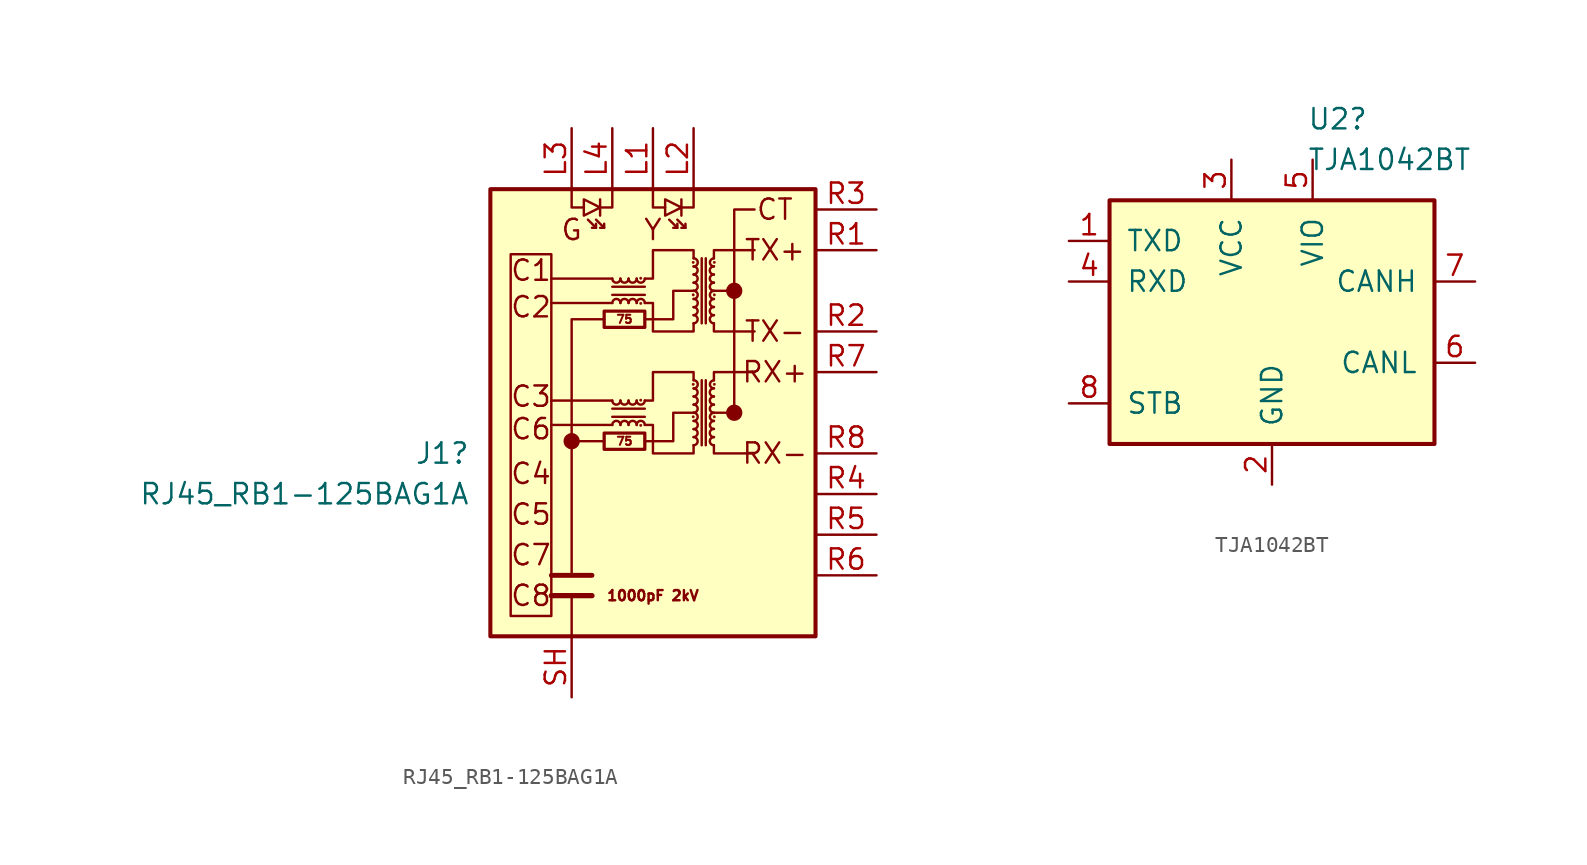
<source format=kicad_sym>
(kicad_symbol_lib
  (version 20231120)
  (generator "kicad_symbol_editor")
  (generator_version "8.0")
  (symbol "RJ45_RB1-125BAG1A"
    (pin_names hide)
    (property "Reference" "J1"
      (at -8.89 2.54 0)
      (effects (font (size 1.27 1.27)) (justify right)))
    (property "Value" "RJ45_RB1-125BAG1A"
      (at -8.89 0.0001 0)
      (effects (font (size 1.27 1.27)) (justify right)))
    (symbol "RJ45_RB1-125BAG1A_0_0"
      (circle (center -2.54 3.302) (radius 0.0001) (stroke (width 0.508) (type default)) (fill (type none)))
      (polyline (pts (xy 0 4.318) (xy -3.81 4.318)) (stroke (width 0) (type default)) (fill (type none)))
      (polyline (pts (xy 0 5.842) (xy -3.81 5.842)) (stroke (width 0) (type default)) (fill (type none)))
      (polyline (pts (xy 0 11.938) (xy -3.81 11.938)) (stroke (width 0) (type default)) (fill (type none)))
      (polyline (pts (xy 0 13.462) (xy -3.81 13.462)) (stroke (width 0) (type default)) (fill (type none)))
      (polyline (pts (xy 6.35 5.08) (xy 7.62 5.08)) (stroke (width 0) (type default)) (fill (type none)))
      (polyline (pts (xy 7.62 12.7) (xy 6.35 12.7)) (stroke (width 0) (type default)) (fill (type none)))
      (polyline (pts (xy 2.032 3.302) (xy 3.81 3.302) (xy 3.81 5.08) (xy 5.08 5.08)) (stroke (width 0) (type default)) (fill (type none)))
      (polyline (pts (xy 2.032 10.922) (xy 3.81 10.922) (xy 3.81 12.7) (xy 5.08 12.7)) (stroke (width 0) (type default)) (fill (type none)))
      (circle (center 7.62 5.08) (radius 0.0001) (stroke (width 0.508) (type default)) (fill (type none)))
      (circle (center 7.62 12.7) (radius 0.0001) (stroke (width 0.508) (type default)) (fill (type none)))
      (text "1000pF 2kV" (at 2.54 -6.35 0) (effects (font (size 0.635 0.635))))
      (text "C1" (at -5.08 13.97 0) (effects (font (size 1.27 1.27))))
      (text "C2" (at -5.08 11.684 0) (effects (font (size 1.27 1.27))))
      (text "C3" (at -5.08 6.096 0) (effects (font (size 1.27 1.27))))
      (text "C4" (at -5.08 1.27 0) (effects (font (size 1.27 1.27))))
      (text "C5" (at -5.08 -1.27 0) (effects (font (size 1.27 1.27))))
      (text "C6" (at -5.08 4.064 0) (effects (font (size 1.27 1.27))))
      (text "C7" (at -5.08 -3.81 0) (effects (font (size 1.27 1.27))))
      (text "C8" (at -5.08 -6.35 0) (effects (font (size 1.27 1.27))))
      (text "G" (at -2.54 16.51 0) (effects (font (size 1.27 1.27))))
      (text "Y" (at 2.54 16.51 0) (effects (font (size 1.27 1.27)))))
    (symbol "RJ45_RB1-125BAG1A_0_1"
      (rectangle (start -7.62 19.05) (end 12.7 -8.89) (stroke (width 0.254) (type default)) (fill (type background)))
      (rectangle (start -6.35 14.986) (end -3.81 -7.62) (stroke (width 0) (type default)) (fill (type none)))
      (rectangle (start -0.508 2.794) (end 2.032 3.81) (stroke (width 0.203) (type default)) (fill (type none)))
      (rectangle (start -0.508 10.414) (end 2.032 11.43) (stroke (width 0.203) (type default)) (fill (type none)))
      (polyline (pts (xy -3.81 -6.35) (xy -1.27 -6.35)) (stroke (width 0.33) (type default)) (fill (type none)))
      (polyline (pts (xy -3.81 -5.08) (xy -1.27 -5.08)) (stroke (width 0.305) (type default)) (fill (type none)))
      (polyline (pts (xy -2.54 -8.89) (xy -2.54 -6.35)) (stroke (width 0) (type default)) (fill (type none)))
      (polyline (pts (xy -2.54 3.302) (xy -0.508 3.302)) (stroke (width 0) (type default)) (fill (type none)))
      (polyline (pts (xy -1.016 16.637) (xy -1.524 17.145)) (stroke (width 0) (type default)) (fill (type none)))
      (polyline (pts (xy -0.762 18.415) (xy -0.762 17.399)) (stroke (width 0) (type default)) (fill (type none)))
      (polyline (pts (xy -0.508 16.637) (xy -1.016 17.145)) (stroke (width 0) (type default)) (fill (type none)))
      (polyline (pts (xy 0 4.826) (xy 2.032 4.826)) (stroke (width 0) (type default)) (fill (type none)))
      (polyline (pts (xy 0 12.446) (xy 2.032 12.446)) (stroke (width 0) (type default)) (fill (type none)))
      (polyline (pts (xy 2.032 5.334) (xy 0 5.334)) (stroke (width 0) (type default)) (fill (type none)))
      (polyline (pts (xy 2.032 12.954) (xy 0 12.954)) (stroke (width 0) (type default)) (fill (type none)))
      (polyline (pts (xy 4.064 16.637) (xy 3.556 17.145)) (stroke (width 0) (type default)) (fill (type none)))
      (polyline (pts (xy 4.318 18.415) (xy 4.318 17.399)) (stroke (width 0) (type default)) (fill (type none)))
      (polyline (pts (xy 4.572 16.637) (xy 4.064 17.145)) (stroke (width 0) (type default)) (fill (type none)))
      (polyline (pts (xy 5.588 7.112) (xy 5.588 3.048)) (stroke (width 0) (type default)) (fill (type none)))
      (polyline (pts (xy 5.588 14.732) (xy 5.588 10.668)) (stroke (width 0) (type default)) (fill (type none)))
      (polyline (pts (xy 5.842 3.048) (xy 5.842 7.112)) (stroke (width 0) (type default)) (fill (type none)))
      (polyline (pts (xy 5.842 10.668) (xy 5.842 14.732)) (stroke (width 0) (type default)) (fill (type none)))
      (polyline (pts (xy -2.54 -5.08) (xy -2.54 10.922) (xy -0.508 10.922)) (stroke (width 0) (type default)) (fill (type none)))
      (polyline (pts (xy -2.54 19.05) (xy -2.54 17.907) (xy -1.778 17.907)) (stroke (width 0) (type default)) (fill (type none)))
      (polyline (pts (xy -1.016 16.891) (xy -1.016 16.637) (xy -1.27 16.637)) (stroke (width 0) (type default)) (fill (type none)))
      (polyline (pts (xy -0.508 16.891) (xy -0.508 16.637) (xy -0.762 16.637)) (stroke (width 0) (type default)) (fill (type none)))
      (polyline (pts (xy 0 19.05) (xy 0 17.907) (xy -0.762 17.907)) (stroke (width 0) (type default)) (fill (type none)))
      (polyline (pts (xy 2.54 19.05) (xy 2.54 17.907) (xy 3.302 17.907)) (stroke (width 0) (type default)) (fill (type none)))
      (polyline (pts (xy 4.064 16.891) (xy 4.064 16.637) (xy 3.81 16.637)) (stroke (width 0) (type default)) (fill (type none)))
      (polyline (pts (xy 4.572 16.891) (xy 4.572 16.637) (xy 4.318 16.637)) (stroke (width 0) (type default)) (fill (type none)))
      (polyline (pts (xy 5.08 19.05) (xy 5.08 17.907) (xy 4.318 17.907)) (stroke (width 0) (type default)) (fill (type none)))
      (polyline (pts (xy 6.35 3.048) (xy 6.35 2.54) (xy 8.89 2.54)) (stroke (width 0) (type default)) (fill (type none)))
      (polyline (pts (xy 6.35 7.112) (xy 6.35 7.62) (xy 8.89 7.62)) (stroke (width 0) (type default)) (fill (type none)))
      (polyline (pts (xy 6.35 10.668) (xy 6.35 10.16) (xy 8.89 10.16)) (stroke (width 0) (type default)) (fill (type none)))
      (polyline (pts (xy 6.35 14.732) (xy 6.35 15.24) (xy 8.89 15.24)) (stroke (width 0) (type default)) (fill (type none)))
      (polyline (pts (xy -0.762 17.907) (xy -1.778 18.415) (xy -1.778 17.399) (xy -0.762 17.907)) (stroke (width 0) (type default)) (fill (type none)))
      (polyline (pts (xy 4.318 17.907) (xy 3.302 18.415) (xy 3.302 17.399) (xy 4.318 17.907)) (stroke (width 0) (type default)) (fill (type none)))
      (polyline (pts (xy 8.89 17.78) (xy 7.62 17.78) (xy 7.62 5.08) (xy 7.62 5.08)) (stroke (width 0) (type default)) (fill (type none)))
      (polyline (pts (xy 2.032 5.842) (xy 2.54 5.842) (xy 2.54 7.62) (xy 5.08 7.62) (xy 5.08 7.112)) (stroke (width 0) (type default)) (fill (type none)))
      (polyline (pts (xy 2.032 13.462) (xy 2.54 13.462) (xy 2.54 15.24) (xy 5.08 15.24) (xy 5.08 14.732)) (stroke (width 0) (type default)) (fill (type none)))
      (polyline (pts (xy 5.08 3.048) (xy 5.08 2.54) (xy 2.54 2.54) (xy 2.54 4.318) (xy 2.032 4.318)) (stroke (width 0) (type default)) (fill (type none)))
      (polyline (pts (xy 5.08 10.668) (xy 5.08 10.16) (xy 2.54 10.16) (xy 2.54 11.938) (xy 2.032 11.938)) (stroke (width 0) (type default)) (fill (type none)))
      (arc (start 0 5.842) (mid 0.254 5.5891) (end 0.508 5.842) (stroke (width 0) (type default)) (fill (type none)))
      (arc (start 0 13.462) (mid 0.254 13.2091) (end 0.508 13.462) (stroke (width 0) (type default)) (fill (type none)))
      (arc (start 0.508 4.318) (mid 0.254 4.5709) (end 0 4.318) (stroke (width 0) (type default)) (fill (type none)))
      (arc (start 0.508 5.842) (mid 0.762 5.5891) (end 1.016 5.842) (stroke (width 0) (type default)) (fill (type none)))
      (arc (start 0.508 11.938) (mid 0.254 12.1909) (end 0 11.938) (stroke (width 0) (type default)) (fill (type none)))
      (arc (start 0.508 13.462) (mid 0.762 13.2091) (end 1.016 13.462) (stroke (width 0) (type default)) (fill (type none)))
      (arc (start 1.016 4.318) (mid 0.762 4.5709) (end 0.508 4.318) (stroke (width 0) (type default)) (fill (type none)))
      (arc (start 1.016 5.842) (mid 1.27 5.5891) (end 1.524 5.842) (stroke (width 0) (type default)) (fill (type none)))
      (arc (start 1.016 11.938) (mid 0.762 12.1909) (end 0.508 11.938) (stroke (width 0) (type default)) (fill (type none)))
      (arc (start 1.016 13.462) (mid 1.27 13.2091) (end 1.524 13.462) (stroke (width 0) (type default)) (fill (type none)))
      (arc (start 1.524 4.318) (mid 1.27 4.5709) (end 1.016 4.318) (stroke (width 0) (type default)) (fill (type none)))
      (arc (start 1.524 5.842) (mid 1.778 5.5891) (end 2.032 5.842) (stroke (width 0) (type default)) (fill (type none)))
      (arc (start 1.524 11.938) (mid 1.27 12.1909) (end 1.016 11.938) (stroke (width 0) (type default)) (fill (type none)))
      (arc (start 1.524 13.462) (mid 1.778 13.2091) (end 2.032 13.462) (stroke (width 0) (type default)) (fill (type none)))
      (circle (center 1.778 4.293) (radius 0.076) (stroke (width 0.025) (type default)) (fill (type outline)))
      (circle (center 1.778 5.867) (radius 0.076) (stroke (width 0.025) (type default)) (fill (type outline)))
      (circle (center 1.778 11.913) (radius 0.076) (stroke (width 0.025) (type default)) (fill (type outline)))
      (circle (center 1.778 13.487) (radius 0.076) (stroke (width 0.025) (type default)) (fill (type outline)))
      (arc (start 2.032 4.318) (mid 1.778 4.5709) (end 1.524 4.318) (stroke (width 0) (type default)) (fill (type none)))
      (arc (start 2.032 11.938) (mid 1.778 12.1909) (end 1.524 11.938) (stroke (width 0) (type default)) (fill (type none)))
      (circle (center 5.055 4.826) (radius 0.076) (stroke (width 0.025) (type default)) (fill (type outline)))
      (circle (center 5.055 6.858) (radius 0.076) (stroke (width 0.025) (type default)) (fill (type outline)))
      (circle (center 5.055 12.446) (radius 0.076) (stroke (width 0.025) (type default)) (fill (type outline)))
      (circle (center 5.055 14.478) (radius 0.076) (stroke (width 0.025) (type default)) (fill (type outline)))
      (arc (start 5.08 3.048) (mid 5.3329 3.302) (end 5.08 3.556) (stroke (width 0) (type default)) (fill (type none)))
      (arc (start 5.08 3.556) (mid 5.3328 3.81) (end 5.08 4.064) (stroke (width 0) (type default)) (fill (type none)))
      (arc (start 5.08 4.064) (mid 5.3329 4.318) (end 5.08 4.572) (stroke (width 0) (type default)) (fill (type none)))
      (arc (start 5.08 4.572) (mid 5.3329 4.826) (end 5.08 5.08) (stroke (width 0) (type default)) (fill (type none)))
      (arc (start 5.08 5.08) (mid 5.3329 5.334) (end 5.08 5.588) (stroke (width 0) (type default)) (fill (type none)))
      (arc (start 5.08 5.588) (mid 5.3329 5.842) (end 5.08 6.096) (stroke (width 0) (type default)) (fill (type none)))
      (arc (start 5.08 6.096) (mid 5.3328 6.35) (end 5.08 6.604) (stroke (width 0) (type default)) (fill (type none)))
      (arc (start 5.08 6.604) (mid 5.3329 6.858) (end 5.08 7.112) (stroke (width 0) (type default)) (fill (type none)))
      (arc (start 5.08 10.668) (mid 5.3329 10.922) (end 5.08 11.176) (stroke (width 0) (type default)) (fill (type none)))
      (arc (start 5.08 11.176) (mid 5.3328 11.43) (end 5.08 11.684) (stroke (width 0) (type default)) (fill (type none)))
      (arc (start 5.08 11.684) (mid 5.3329 11.938) (end 5.08 12.192) (stroke (width 0) (type default)) (fill (type none)))
      (arc (start 5.08 12.192) (mid 5.3329 12.446) (end 5.08 12.7) (stroke (width 0) (type default)) (fill (type none)))
      (arc (start 5.08 12.7) (mid 5.3329 12.954) (end 5.08 13.208) (stroke (width 0) (type default)) (fill (type none)))
      (arc (start 5.08 13.208) (mid 5.3329 13.462) (end 5.08 13.716) (stroke (width 0) (type default)) (fill (type none)))
      (arc (start 5.08 13.716) (mid 5.3328 13.97) (end 5.08 14.224) (stroke (width 0) (type default)) (fill (type none)))
      (arc (start 5.08 14.224) (mid 5.3329 14.478) (end 5.08 14.732) (stroke (width 0) (type default)) (fill (type none)))
      (arc (start 6.35 3.556) (mid 6.0971 3.302) (end 6.35 3.048) (stroke (width 0) (type default)) (fill (type none)))
      (arc (start 6.35 4.064) (mid 6.0971 3.81) (end 6.35 3.556) (stroke (width 0) (type default)) (fill (type none)))
      (arc (start 6.35 4.572) (mid 6.0971 4.318) (end 6.35 4.064) (stroke (width 0) (type default)) (fill (type none)))
      (arc (start 6.35 5.08) (mid 6.0971 4.826) (end 6.35 4.572) (stroke (width 0) (type default)) (fill (type none)))
      (arc (start 6.35 5.588) (mid 6.0971 5.334) (end 6.35 5.08) (stroke (width 0) (type default)) (fill (type none)))
      (arc (start 6.35 6.096) (mid 6.0971 5.842) (end 6.35 5.588) (stroke (width 0) (type default)) (fill (type none)))
      (arc (start 6.35 6.604) (mid 6.0971 6.35) (end 6.35 6.096) (stroke (width 0) (type default)) (fill (type none)))
      (arc (start 6.35 7.112) (mid 6.0971 6.858) (end 6.35 6.604) (stroke (width 0) (type default)) (fill (type none)))
      (arc (start 6.35 11.176) (mid 6.0971 10.922) (end 6.35 10.668) (stroke (width 0) (type default)) (fill (type none)))
      (arc (start 6.35 11.684) (mid 6.0971 11.43) (end 6.35 11.176) (stroke (width 0) (type default)) (fill (type none)))
      (arc (start 6.35 12.192) (mid 6.0971 11.938) (end 6.35 11.684) (stroke (width 0) (type default)) (fill (type none)))
      (arc (start 6.35 12.7) (mid 6.0971 12.446) (end 6.35 12.192) (stroke (width 0) (type default)) (fill (type none)))
      (arc (start 6.35 13.208) (mid 6.0971 12.954) (end 6.35 12.7) (stroke (width 0) (type default)) (fill (type none)))
      (arc (start 6.35 13.716) (mid 6.0971 13.462) (end 6.35 13.208) (stroke (width 0) (type default)) (fill (type none)))
      (arc (start 6.35 14.224) (mid 6.0971 13.97) (end 6.35 13.716) (stroke (width 0) (type default)) (fill (type none)))
      (arc (start 6.35 14.732) (mid 6.0971 14.478) (end 6.35 14.224) (stroke (width 0) (type default)) (fill (type none)))
      (circle (center 6.375 4.826) (radius 0.076) (stroke (width 0.025) (type default)) (fill (type outline)))
      (circle (center 6.375 6.858) (radius 0.076) (stroke (width 0.025) (type default)) (fill (type outline)))
      (circle (center 6.375 12.446) (radius 0.076) (stroke (width 0.025) (type default)) (fill (type outline)))
      (circle (center 6.375 14.478) (radius 0.076) (stroke (width 0.025) (type default)) (fill (type outline))))
    (symbol "RJ45_RB1-125BAG1A_1_0"
      (text "75" (at 0.762 3.302 0) (effects (font (size 0.508 0.508))))
      (text "75" (at 0.762 10.922 0) (effects (font (size 0.508 0.508)))))
    (symbol "RJ45_RB1-125BAG1A_1_1"
      (text "CT" (at 10.16 17.78 0) (effects (font (size 1.27 1.27))))
      (text "RX+" (at 10.16 7.62 0) (effects (font (size 1.27 1.27))))
      (text "RX-" (at 10.16 2.54 0) (effects (font (size 1.27 1.27))))
      (text "TX+" (at 10.16 15.24 0) (effects (font (size 1.27 1.27))))
      (text "TX-" (at 10.16 10.16 0) (effects (font (size 1.27 1.27))))
      (pin passive line (at 2.54 22.86 270) (length 3.81) (name "YLED+" (effects (font (size 1.27 1.27)))) (number "L1" (effects (font (size 1.27 1.27)))))
      (pin passive line (at 5.08 22.86 270) (length 3.81) (name "YLED-" (effects (font (size 1.27 1.27)))) (number "L2" (effects (font (size 1.27 1.27)))))
      (pin passive line (at -2.54 22.86 270) (length 3.81) (name "GLED+" (effects (font (size 1.27 1.27)))) (number "L3" (effects (font (size 1.27 1.27)))))
      (pin passive line (at 0 22.86 270) (length 3.81) (name "GLED-" (effects (font (size 1.27 1.27)))) (number "L4" (effects (font (size 1.27 1.27)))))
      (pin passive line (at 16.51 15.24 180) (length 3.81) (name "TD+" (effects (font (size 1.27 1.27)))) (number "R1" (effects (font (size 1.27 1.27)))))
      (pin passive line (at 16.51 10.16 180) (length 3.81) (name "TD-" (effects (font (size 1.27 1.27)))) (number "R2" (effects (font (size 1.27 1.27)))))
      (pin passive line (at 16.51 17.78 180) (length 3.81) (name "CT" (effects (font (size 1.27 1.27)))) (number "R3" (effects (font (size 1.27 1.27)))))
      (pin passive line (at 16.51 0 180) (length 3.81) (name "NC" (effects (font (size 1.27 1.27)))) (number "R4" (effects (font (size 1.27 1.27)))))
      (pin passive line (at 16.51 -2.54 180) (length 3.81) (name "NC" (effects (font (size 1.27 1.27)))) (number "R5" (effects (font (size 1.27 1.27)))))
      (pin passive line (at 16.51 -5.08 180) (length 3.81) (name "NC" (effects (font (size 1.27 1.27)))) (number "R6" (effects (font (size 1.27 1.27)))))
      (pin passive line (at 16.51 7.62 180) (length 3.81) (name "RD+" (effects (font (size 1.27 1.27)))) (number "R7" (effects (font (size 1.27 1.27)))))
      (pin passive line (at 16.51 2.54 180) (length 3.81) (name "RD-" (effects (font (size 1.27 1.27)))) (number "R8" (effects (font (size 1.27 1.27)))))
      (pin passive line (at -2.54 -12.7 90) (length 3.81) (name "SH" (effects (font (size 1.27 1.27)))) (number "SH" (effects (font (size 1.27 1.27)))))))
  (symbol "TJA1042BT"
    (pin_names
      (offset 1.016))
    (property "Reference" "U2"
      (at 2.194 12.7 0)
      (effects (font (size 1.27 1.27)) (justify left)))
    (property "Value" "TJA1042BT"
      (at 2.194 10.16 0)
      (effects (font (size 1.27 1.27)) (justify left)))
    (symbol "TJA1042BT_0_1"
      (rectangle (start -10.16 7.62) (end 10.16 -7.62) (stroke (width 0.254) (type default)) (fill (type background))))
    (symbol "TJA1042BT_1_1"
      (pin input line (at -12.7 5.08 0) (length 2.54) (name "TXD" (effects (font (size 1.27 1.27)))) (number "1" (effects (font (size 1.27 1.27)))))
      (pin power_in line (at 0 -10.16 90) (length 2.54) (name "GND" (effects (font (size 1.27 1.27)))) (number "2" (effects (font (size 1.27 1.27)))))
      (pin power_in line (at -2.54 10.16 270) (length 2.54) (name "VCC" (effects (font (size 1.27 1.27)))) (number "3" (effects (font (size 1.27 1.27)))))
      (pin output line (at -12.7 2.54 0) (length 2.54) (name "RXD" (effects (font (size 1.27 1.27)))) (number "4" (effects (font (size 1.27 1.27)))))
      (pin power_in line (at 2.54 10.16 270) (length 2.54) (name "VIO" (effects (font (size 1.27 1.27)))) (number "5" (effects (font (size 1.27 1.27)))))
      (pin bidirectional line (at 12.7 -2.54 180) (length 2.54) (name "CANL" (effects (font (size 1.27 1.27)))) (number "6" (effects (font (size 1.27 1.27)))))
      (pin bidirectional line (at 12.7 2.54 180) (length 2.54) (name "CANH" (effects (font (size 1.27 1.27)))) (number "7" (effects (font (size 1.27 1.27)))))
      (pin input line (at -12.7 -5.08 0) (length 2.54) (name "STB" (effects (font (size 1.27 1.27)))) (number "8" (effects (font (size 1.27 1.27))))))))
</source>
